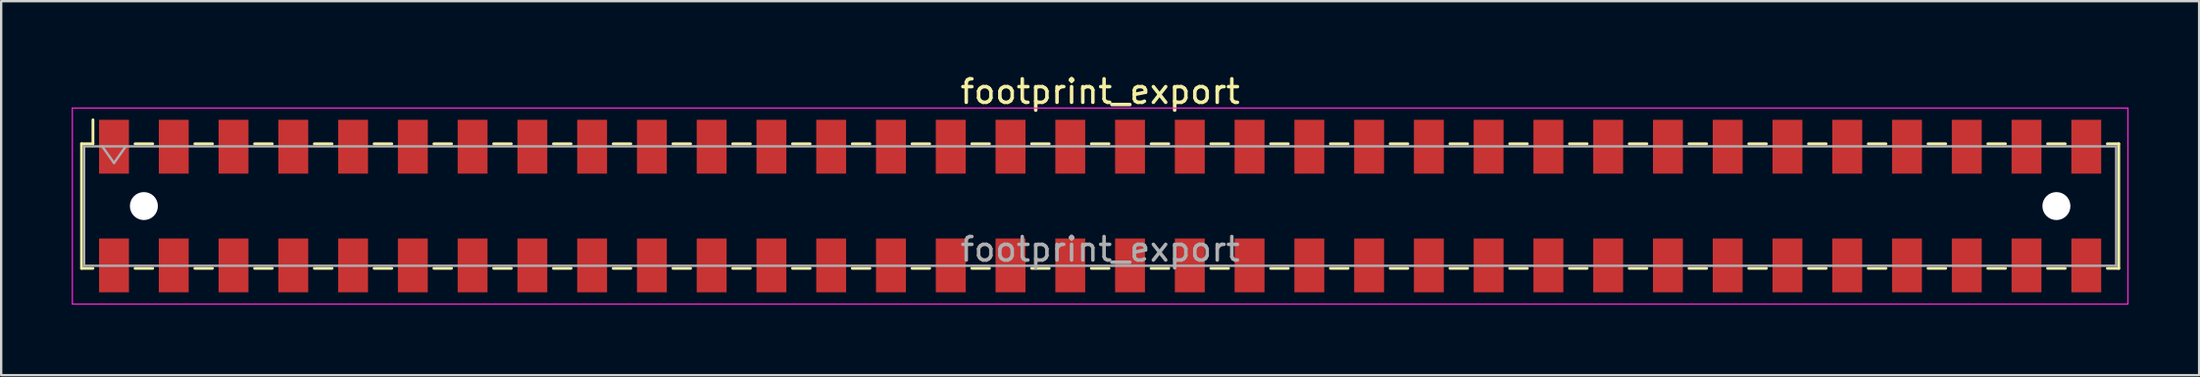
<source format=kicad_pcb>
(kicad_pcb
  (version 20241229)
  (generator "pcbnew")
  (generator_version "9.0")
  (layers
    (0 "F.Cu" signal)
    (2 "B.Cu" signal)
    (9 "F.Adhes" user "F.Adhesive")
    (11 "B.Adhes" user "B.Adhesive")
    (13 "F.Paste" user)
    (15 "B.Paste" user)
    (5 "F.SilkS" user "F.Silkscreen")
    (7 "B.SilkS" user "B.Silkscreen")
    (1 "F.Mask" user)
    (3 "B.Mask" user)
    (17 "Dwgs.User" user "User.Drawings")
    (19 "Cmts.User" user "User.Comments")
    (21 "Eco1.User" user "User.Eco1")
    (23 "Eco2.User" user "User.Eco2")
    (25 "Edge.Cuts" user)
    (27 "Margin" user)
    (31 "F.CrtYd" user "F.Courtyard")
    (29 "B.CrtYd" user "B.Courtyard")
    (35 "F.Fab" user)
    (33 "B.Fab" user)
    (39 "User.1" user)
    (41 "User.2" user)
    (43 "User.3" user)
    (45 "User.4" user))
  (footprint "footprint_export"
    (layer "F.Cu")
    (at 43.705 5.718)
    (property "Reference" "footprint_export" (at 0 -4.87 0) (layer "F.SilkS") (effects (font (size 1 1) (thickness 0.15))))
    (attr smd)
    (fp_line (start -43.29 -2.65) (end -43.29 2.65) (stroke (width 0.12) (type solid)) (layer "F.SilkS"))
    (fp_line (start -43.29 2.65) (end -42.805 2.65) (stroke (width 0.12) (type solid)) (layer "F.SilkS"))
    (fp_line (start -42.805 -3.67) (end -42.805 -2.65) (stroke (width 0.12) (type solid)) (layer "F.SilkS"))
    (fp_line (start -42.805 -2.65) (end -43.29 -2.65) (stroke (width 0.12) (type solid)) (layer "F.SilkS"))
    (fp_line (start -41.015 -2.65) (end -40.265 -2.65) (stroke (width 0.12) (type solid)) (layer "F.SilkS"))
    (fp_line (start -41.015 2.65) (end -40.265 2.65) (stroke (width 0.12) (type solid)) (layer "F.SilkS"))
    (fp_line (start -38.475 -2.65) (end -37.725 -2.65) (stroke (width 0.12) (type solid)) (layer "F.SilkS"))
    (fp_line (start -38.475 2.65) (end -37.725 2.65) (stroke (width 0.12) (type solid)) (layer "F.SilkS"))
    (fp_line (start -35.935 -2.65) (end -35.185 -2.65) (stroke (width 0.12) (type solid)) (layer "F.SilkS"))
    (fp_line (start -35.935 2.65) (end -35.185 2.65) (stroke (width 0.12) (type solid)) (layer "F.SilkS"))
    (fp_line (start -33.395 -2.65) (end -32.645 -2.65) (stroke (width 0.12) (type solid)) (layer "F.SilkS"))
    (fp_line (start -33.395 2.65) (end -32.645 2.65) (stroke (width 0.12) (type solid)) (layer "F.SilkS"))
    (fp_line (start -30.855 -2.65) (end -30.105 -2.65) (stroke (width 0.12) (type solid)) (layer "F.SilkS"))
    (fp_line (start -30.855 2.65) (end -30.105 2.65) (stroke (width 0.12) (type solid)) (layer "F.SilkS"))
    (fp_line (start -28.315 -2.65) (end -27.565 -2.65) (stroke (width 0.12) (type solid)) (layer "F.SilkS"))
    (fp_line (start -28.315 2.65) (end -27.565 2.65) (stroke (width 0.12) (type solid)) (layer "F.SilkS"))
    (fp_line (start -25.775 -2.65) (end -25.025 -2.65) (stroke (width 0.12) (type solid)) (layer "F.SilkS"))
    (fp_line (start -25.775 2.65) (end -25.025 2.65) (stroke (width 0.12) (type solid)) (layer "F.SilkS"))
    (fp_line (start -23.235 -2.65) (end -22.485 -2.65) (stroke (width 0.12) (type solid)) (layer "F.SilkS"))
    (fp_line (start -23.235 2.65) (end -22.485 2.65) (stroke (width 0.12) (type solid)) (layer "F.SilkS"))
    (fp_line (start -20.695 -2.65) (end -19.945 -2.65) (stroke (width 0.12) (type solid)) (layer "F.SilkS"))
    (fp_line (start -20.695 2.65) (end -19.945 2.65) (stroke (width 0.12) (type solid)) (layer "F.SilkS"))
    (fp_line (start -18.155 -2.65) (end -17.405 -2.65) (stroke (width 0.12) (type solid)) (layer "F.SilkS"))
    (fp_line (start -18.155 2.65) (end -17.405 2.65) (stroke (width 0.12) (type solid)) (layer "F.SilkS"))
    (fp_line (start -15.615 -2.65) (end -14.865 -2.65) (stroke (width 0.12) (type solid)) (layer "F.SilkS"))
    (fp_line (start -15.615 2.65) (end -14.865 2.65) (stroke (width 0.12) (type solid)) (layer "F.SilkS"))
    (fp_line (start -13.075 -2.65) (end -12.325 -2.65) (stroke (width 0.12) (type solid)) (layer "F.SilkS"))
    (fp_line (start -13.075 2.65) (end -12.325 2.65) (stroke (width 0.12) (type solid)) (layer "F.SilkS"))
    (fp_line (start -10.535 -2.65) (end -9.785 -2.65) (stroke (width 0.12) (type solid)) (layer "F.SilkS"))
    (fp_line (start -10.535 2.65) (end -9.785 2.65) (stroke (width 0.12) (type solid)) (layer "F.SilkS"))
    (fp_line (start -7.995 -2.65) (end -7.245 -2.65) (stroke (width 0.12) (type solid)) (layer "F.SilkS"))
    (fp_line (start -7.995 2.65) (end -7.245 2.65) (stroke (width 0.12) (type solid)) (layer "F.SilkS"))
    (fp_line (start -5.455 -2.65) (end -4.705 -2.65) (stroke (width 0.12) (type solid)) (layer "F.SilkS"))
    (fp_line (start -5.455 2.65) (end -4.705 2.65) (stroke (width 0.12) (type solid)) (layer "F.SilkS"))
    (fp_line (start -2.915 -2.65) (end -2.165 -2.65) (stroke (width 0.12) (type solid)) (layer "F.SilkS"))
    (fp_line (start -2.915 2.65) (end -2.165 2.65) (stroke (width 0.12) (type solid)) (layer "F.SilkS"))
    (fp_line (start -0.375 -2.65) (end 0.375 -2.65) (stroke (width 0.12) (type solid)) (layer "F.SilkS"))
    (fp_line (start -0.375 2.65) (end 0.375 2.65) (stroke (width 0.12) (type solid)) (layer "F.SilkS"))
    (fp_line (start 2.165 -2.65) (end 2.915 -2.65) (stroke (width 0.12) (type solid)) (layer "F.SilkS"))
    (fp_line (start 2.165 2.65) (end 2.915 2.65) (stroke (width 0.12) (type solid)) (layer "F.SilkS"))
    (fp_line (start 4.705 -2.65) (end 5.455 -2.65) (stroke (width 0.12) (type solid)) (layer "F.SilkS"))
    (fp_line (start 4.705 2.65) (end 5.455 2.65) (stroke (width 0.12) (type solid)) (layer "F.SilkS"))
    (fp_line (start 7.245 -2.65) (end 7.995 -2.65) (stroke (width 0.12) (type solid)) (layer "F.SilkS"))
    (fp_line (start 7.245 2.65) (end 7.995 2.65) (stroke (width 0.12) (type solid)) (layer "F.SilkS"))
    (fp_line (start 9.785 -2.65) (end 10.535 -2.65) (stroke (width 0.12) (type solid)) (layer "F.SilkS"))
    (fp_line (start 9.785 2.65) (end 10.535 2.65) (stroke (width 0.12) (type solid)) (layer "F.SilkS"))
    (fp_line (start 12.325 -2.65) (end 13.075 -2.65) (stroke (width 0.12) (type solid)) (layer "F.SilkS"))
    (fp_line (start 12.325 2.65) (end 13.075 2.65) (stroke (width 0.12) (type solid)) (layer "F.SilkS"))
    (fp_line (start 14.865 -2.65) (end 15.615 -2.65) (stroke (width 0.12) (type solid)) (layer "F.SilkS"))
    (fp_line (start 14.865 2.65) (end 15.615 2.65) (stroke (width 0.12) (type solid)) (layer "F.SilkS"))
    (fp_line (start 17.405 -2.65) (end 18.155 -2.65) (stroke (width 0.12) (type solid)) (layer "F.SilkS"))
    (fp_line (start 17.405 2.65) (end 18.155 2.65) (stroke (width 0.12) (type solid)) (layer "F.SilkS"))
    (fp_line (start 19.945 -2.65) (end 20.695 -2.65) (stroke (width 0.12) (type solid)) (layer "F.SilkS"))
    (fp_line (start 19.945 2.65) (end 20.695 2.65) (stroke (width 0.12) (type solid)) (layer "F.SilkS"))
    (fp_line (start 22.485 -2.65) (end 23.235 -2.65) (stroke (width 0.12) (type solid)) (layer "F.SilkS"))
    (fp_line (start 22.485 2.65) (end 23.235 2.65) (stroke (width 0.12) (type solid)) (layer "F.SilkS"))
    (fp_line (start 25.025 -2.65) (end 25.775 -2.65) (stroke (width 0.12) (type solid)) (layer "F.SilkS"))
    (fp_line (start 25.025 2.65) (end 25.775 2.65) (stroke (width 0.12) (type solid)) (layer "F.SilkS"))
    (fp_line (start 27.565 -2.65) (end 28.315 -2.65) (stroke (width 0.12) (type solid)) (layer "F.SilkS"))
    (fp_line (start 27.565 2.65) (end 28.315 2.65) (stroke (width 0.12) (type solid)) (layer "F.SilkS"))
    (fp_line (start 30.105 -2.65) (end 30.855 -2.65) (stroke (width 0.12) (type solid)) (layer "F.SilkS"))
    (fp_line (start 30.105 2.65) (end 30.855 2.65) (stroke (width 0.12) (type solid)) (layer "F.SilkS"))
    (fp_line (start 32.645 -2.65) (end 33.395 -2.65) (stroke (width 0.12) (type solid)) (layer "F.SilkS"))
    (fp_line (start 32.645 2.65) (end 33.395 2.65) (stroke (width 0.12) (type solid)) (layer "F.SilkS"))
    (fp_line (start 35.185 -2.65) (end 35.935 -2.65) (stroke (width 0.12) (type solid)) (layer "F.SilkS"))
    (fp_line (start 35.185 2.65) (end 35.935 2.65) (stroke (width 0.12) (type solid)) (layer "F.SilkS"))
    (fp_line (start 37.725 -2.65) (end 38.475 -2.65) (stroke (width 0.12) (type solid)) (layer "F.SilkS"))
    (fp_line (start 37.725 2.65) (end 38.475 2.65) (stroke (width 0.12) (type solid)) (layer "F.SilkS"))
    (fp_line (start 40.265 -2.65) (end 41.015 -2.65) (stroke (width 0.12) (type solid)) (layer "F.SilkS"))
    (fp_line (start 40.265 2.65) (end 41.015 2.65) (stroke (width 0.12) (type solid)) (layer "F.SilkS"))
    (fp_line (start 42.805 -2.65) (end 43.29 -2.65) (stroke (width 0.12) (type solid)) (layer "F.SilkS"))
    (fp_line (start 43.29 -2.65) (end 43.29 2.65) (stroke (width 0.12) (type solid)) (layer "F.SilkS"))
    (fp_line (start 43.29 2.65) (end 42.805 2.65) (stroke (width 0.12) (type solid)) (layer "F.SilkS"))
    (fp_line (start -43.68 -4.17) (end 43.68 -4.17) (stroke (width 0.05) (type solid)) (layer "F.CrtYd"))
    (fp_line (start -43.68 4.17) (end -43.68 -4.17) (stroke (width 0.05) (type solid)) (layer "F.CrtYd"))
    (fp_line (start 43.68 -4.17) (end 43.68 4.17) (stroke (width 0.05) (type solid)) (layer "F.CrtYd"))
    (fp_line (start 43.68 4.17) (end -43.68 4.17) (stroke (width 0.05) (type solid)) (layer "F.CrtYd"))
    (fp_line (start -43.18 -2.54) (end 43.18 -2.54) (stroke (width 0.1) (type solid)) (layer "F.Fab"))
    (fp_line (start -43.18 2.54) (end -43.18 -2.54) (stroke (width 0.1) (type solid)) (layer "F.Fab"))
    (fp_line (start -42.41 -2.54) (end -41.91 -1.833) (stroke (width 0.1) (type solid)) (layer "F.Fab"))
    (fp_line (start -41.91 -1.833) (end -41.41 -2.54) (stroke (width 0.1) (type solid)) (layer "F.Fab"))
    (fp_line (start 43.18 -2.54) (end 43.18 2.54) (stroke (width 0.1) (type solid)) (layer "F.Fab"))
    (fp_line (start 43.18 2.54) (end -43.18 2.54) (stroke (width 0.1) (type solid)) (layer "F.Fab"))
    (fp_text user "${REFERENCE}" (at 0 1.84 0) (layer "F.Fab") (effects (font (size 1 1) (thickness 0.15))))
    (pad "" np_thru_hole circle (at -40.64 0) (size 1.19 1.19) (drill 1.19) (layers "*.Cu" "*.Mask"))
    (pad "" np_thru_hole circle (at 40.64 0) (size 1.19 1.19) (drill 1.19) (layers "*.Cu" "*.Mask"))
    (pad "1" smd rect (at -41.91 -2.525) (size 1.27 2.29) (layers "F.Cu" "F.Mask" "F.Paste"))
    (pad "2" smd rect (at -41.91 2.525) (size 1.27 2.29) (layers "F.Cu" "F.Mask" "F.Paste"))
    (pad "3" smd rect (at -39.37 -2.525) (size 1.27 2.29) (layers "F.Cu" "F.Mask" "F.Paste"))
    (pad "4" smd rect (at -39.37 2.525) (size 1.27 2.29) (layers "F.Cu" "F.Mask" "F.Paste"))
    (pad "5" smd rect (at -36.83 -2.525) (size 1.27 2.29) (layers "F.Cu" "F.Mask" "F.Paste"))
    (pad "6" smd rect (at -36.83 2.525) (size 1.27 2.29) (layers "F.Cu" "F.Mask" "F.Paste"))
    (pad "7" smd rect (at -34.29 -2.525) (size 1.27 2.29) (layers "F.Cu" "F.Mask" "F.Paste"))
    (pad "8" smd rect (at -34.29 2.525) (size 1.27 2.29) (layers "F.Cu" "F.Mask" "F.Paste"))
    (pad "9" smd rect (at -31.75 -2.525) (size 1.27 2.29) (layers "F.Cu" "F.Mask" "F.Paste"))
    (pad "10" smd rect (at -31.75 2.525) (size 1.27 2.29) (layers "F.Cu" "F.Mask" "F.Paste"))
    (pad "11" smd rect (at -29.21 -2.525) (size 1.27 2.29) (layers "F.Cu" "F.Mask" "F.Paste"))
    (pad "12" smd rect (at -29.21 2.525) (size 1.27 2.29) (layers "F.Cu" "F.Mask" "F.Paste"))
    (pad "13" smd rect (at -26.67 -2.525) (size 1.27 2.29) (layers "F.Cu" "F.Mask" "F.Paste"))
    (pad "14" smd rect (at -26.67 2.525) (size 1.27 2.29) (layers "F.Cu" "F.Mask" "F.Paste"))
    (pad "15" smd rect (at -24.13 -2.525) (size 1.27 2.29) (layers "F.Cu" "F.Mask" "F.Paste"))
    (pad "16" smd rect (at -24.13 2.525) (size 1.27 2.29) (layers "F.Cu" "F.Mask" "F.Paste"))
    (pad "17" smd rect (at -21.59 -2.525) (size 1.27 2.29) (layers "F.Cu" "F.Mask" "F.Paste"))
    (pad "18" smd rect (at -21.59 2.525) (size 1.27 2.29) (layers "F.Cu" "F.Mask" "F.Paste"))
    (pad "19" smd rect (at -19.05 -2.525) (size 1.27 2.29) (layers "F.Cu" "F.Mask" "F.Paste"))
    (pad "20" smd rect (at -19.05 2.525) (size 1.27 2.29) (layers "F.Cu" "F.Mask" "F.Paste"))
    (pad "21" smd rect (at -16.51 -2.525) (size 1.27 2.29) (layers "F.Cu" "F.Mask" "F.Paste"))
    (pad "22" smd rect (at -16.51 2.525) (size 1.27 2.29) (layers "F.Cu" "F.Mask" "F.Paste"))
    (pad "23" smd rect (at -13.97 -2.525) (size 1.27 2.29) (layers "F.Cu" "F.Mask" "F.Paste"))
    (pad "24" smd rect (at -13.97 2.525) (size 1.27 2.29) (layers "F.Cu" "F.Mask" "F.Paste"))
    (pad "25" smd rect (at -11.43 -2.525) (size 1.27 2.29) (layers "F.Cu" "F.Mask" "F.Paste"))
    (pad "26" smd rect (at -11.43 2.525) (size 1.27 2.29) (layers "F.Cu" "F.Mask" "F.Paste"))
    (pad "27" smd rect (at -8.89 -2.525) (size 1.27 2.29) (layers "F.Cu" "F.Mask" "F.Paste"))
    (pad "28" smd rect (at -8.89 2.525) (size 1.27 2.29) (layers "F.Cu" "F.Mask" "F.Paste"))
    (pad "29" smd rect (at -6.35 -2.525) (size 1.27 2.29) (layers "F.Cu" "F.Mask" "F.Paste"))
    (pad "30" smd rect (at -6.35 2.525) (size 1.27 2.29) (layers "F.Cu" "F.Mask" "F.Paste"))
    (pad "31" smd rect (at -3.81 -2.525) (size 1.27 2.29) (layers "F.Cu" "F.Mask" "F.Paste"))
    (pad "32" smd rect (at -3.81 2.525) (size 1.27 2.29) (layers "F.Cu" "F.Mask" "F.Paste"))
    (pad "33" smd rect (at -1.27 -2.525) (size 1.27 2.29) (layers "F.Cu" "F.Mask" "F.Paste"))
    (pad "34" smd rect (at -1.27 2.525) (size 1.27 2.29) (layers "F.Cu" "F.Mask" "F.Paste"))
    (pad "35" smd rect (at 1.27 -2.525) (size 1.27 2.29) (layers "F.Cu" "F.Mask" "F.Paste"))
    (pad "36" smd rect (at 1.27 2.525) (size 1.27 2.29) (layers "F.Cu" "F.Mask" "F.Paste"))
    (pad "37" smd rect (at 3.81 -2.525) (size 1.27 2.29) (layers "F.Cu" "F.Mask" "F.Paste"))
    (pad "38" smd rect (at 3.81 2.525) (size 1.27 2.29) (layers "F.Cu" "F.Mask" "F.Paste"))
    (pad "39" smd rect (at 6.35 -2.525) (size 1.27 2.29) (layers "F.Cu" "F.Mask" "F.Paste"))
    (pad "40" smd rect (at 6.35 2.525) (size 1.27 2.29) (layers "F.Cu" "F.Mask" "F.Paste"))
    (pad "41" smd rect (at 8.89 -2.525) (size 1.27 2.29) (layers "F.Cu" "F.Mask" "F.Paste"))
    (pad "42" smd rect (at 8.89 2.525) (size 1.27 2.29) (layers "F.Cu" "F.Mask" "F.Paste"))
    (pad "43" smd rect (at 11.43 -2.525) (size 1.27 2.29) (layers "F.Cu" "F.Mask" "F.Paste"))
    (pad "44" smd rect (at 11.43 2.525) (size 1.27 2.29) (layers "F.Cu" "F.Mask" "F.Paste"))
    (pad "45" smd rect (at 13.97 -2.525) (size 1.27 2.29) (layers "F.Cu" "F.Mask" "F.Paste"))
    (pad "46" smd rect (at 13.97 2.525) (size 1.27 2.29) (layers "F.Cu" "F.Mask" "F.Paste"))
    (pad "47" smd rect (at 16.51 -2.525) (size 1.27 2.29) (layers "F.Cu" "F.Mask" "F.Paste"))
    (pad "48" smd rect (at 16.51 2.525) (size 1.27 2.29) (layers "F.Cu" "F.Mask" "F.Paste"))
    (pad "49" smd rect (at 19.05 -2.525) (size 1.27 2.29) (layers "F.Cu" "F.Mask" "F.Paste"))
    (pad "50" smd rect (at 19.05 2.525) (size 1.27 2.29) (layers "F.Cu" "F.Mask" "F.Paste"))
    (pad "51" smd rect (at 21.59 -2.525) (size 1.27 2.29) (layers "F.Cu" "F.Mask" "F.Paste"))
    (pad "52" smd rect (at 21.59 2.525) (size 1.27 2.29) (layers "F.Cu" "F.Mask" "F.Paste"))
    (pad "53" smd rect (at 24.13 -2.525) (size 1.27 2.29) (layers "F.Cu" "F.Mask" "F.Paste"))
    (pad "54" smd rect (at 24.13 2.525) (size 1.27 2.29) (layers "F.Cu" "F.Mask" "F.Paste"))
    (pad "55" smd rect (at 26.67 -2.525) (size 1.27 2.29) (layers "F.Cu" "F.Mask" "F.Paste"))
    (pad "56" smd rect (at 26.67 2.525) (size 1.27 2.29) (layers "F.Cu" "F.Mask" "F.Paste"))
    (pad "57" smd rect (at 29.21 -2.525) (size 1.27 2.29) (layers "F.Cu" "F.Mask" "F.Paste"))
    (pad "58" smd rect (at 29.21 2.525) (size 1.27 2.29) (layers "F.Cu" "F.Mask" "F.Paste"))
    (pad "59" smd rect (at 31.75 -2.525) (size 1.27 2.29) (layers "F.Cu" "F.Mask" "F.Paste"))
    (pad "60" smd rect (at 31.75 2.525) (size 1.27 2.29) (layers "F.Cu" "F.Mask" "F.Paste"))
    (pad "61" smd rect (at 34.29 -2.525) (size 1.27 2.29) (layers "F.Cu" "F.Mask" "F.Paste"))
    (pad "62" smd rect (at 34.29 2.525) (size 1.27 2.29) (layers "F.Cu" "F.Mask" "F.Paste"))
    (pad "63" smd rect (at 36.83 -2.525) (size 1.27 2.29) (layers "F.Cu" "F.Mask" "F.Paste"))
    (pad "64" smd rect (at 36.83 2.525) (size 1.27 2.29) (layers "F.Cu" "F.Mask" "F.Paste"))
    (pad "65" smd rect (at 39.37 -2.525) (size 1.27 2.29) (layers "F.Cu" "F.Mask" "F.Paste"))
    (pad "66" smd rect (at 39.37 2.525) (size 1.27 2.29) (layers "F.Cu" "F.Mask" "F.Paste"))
    (pad "67" smd rect (at 41.91 -2.525) (size 1.27 2.29) (layers "F.Cu" "F.Mask" "F.Paste"))
    (pad "68" smd rect (at 41.91 2.525) (size 1.27 2.29) (layers "F.Cu" "F.Mask" "F.Paste")))
  (gr_rect
    (start -3 -3)
    (end 90.41 12.913)
    (stroke (width 0.1) (type default))
    (fill no)
    (layer "Edge.Cuts")))
</source>
